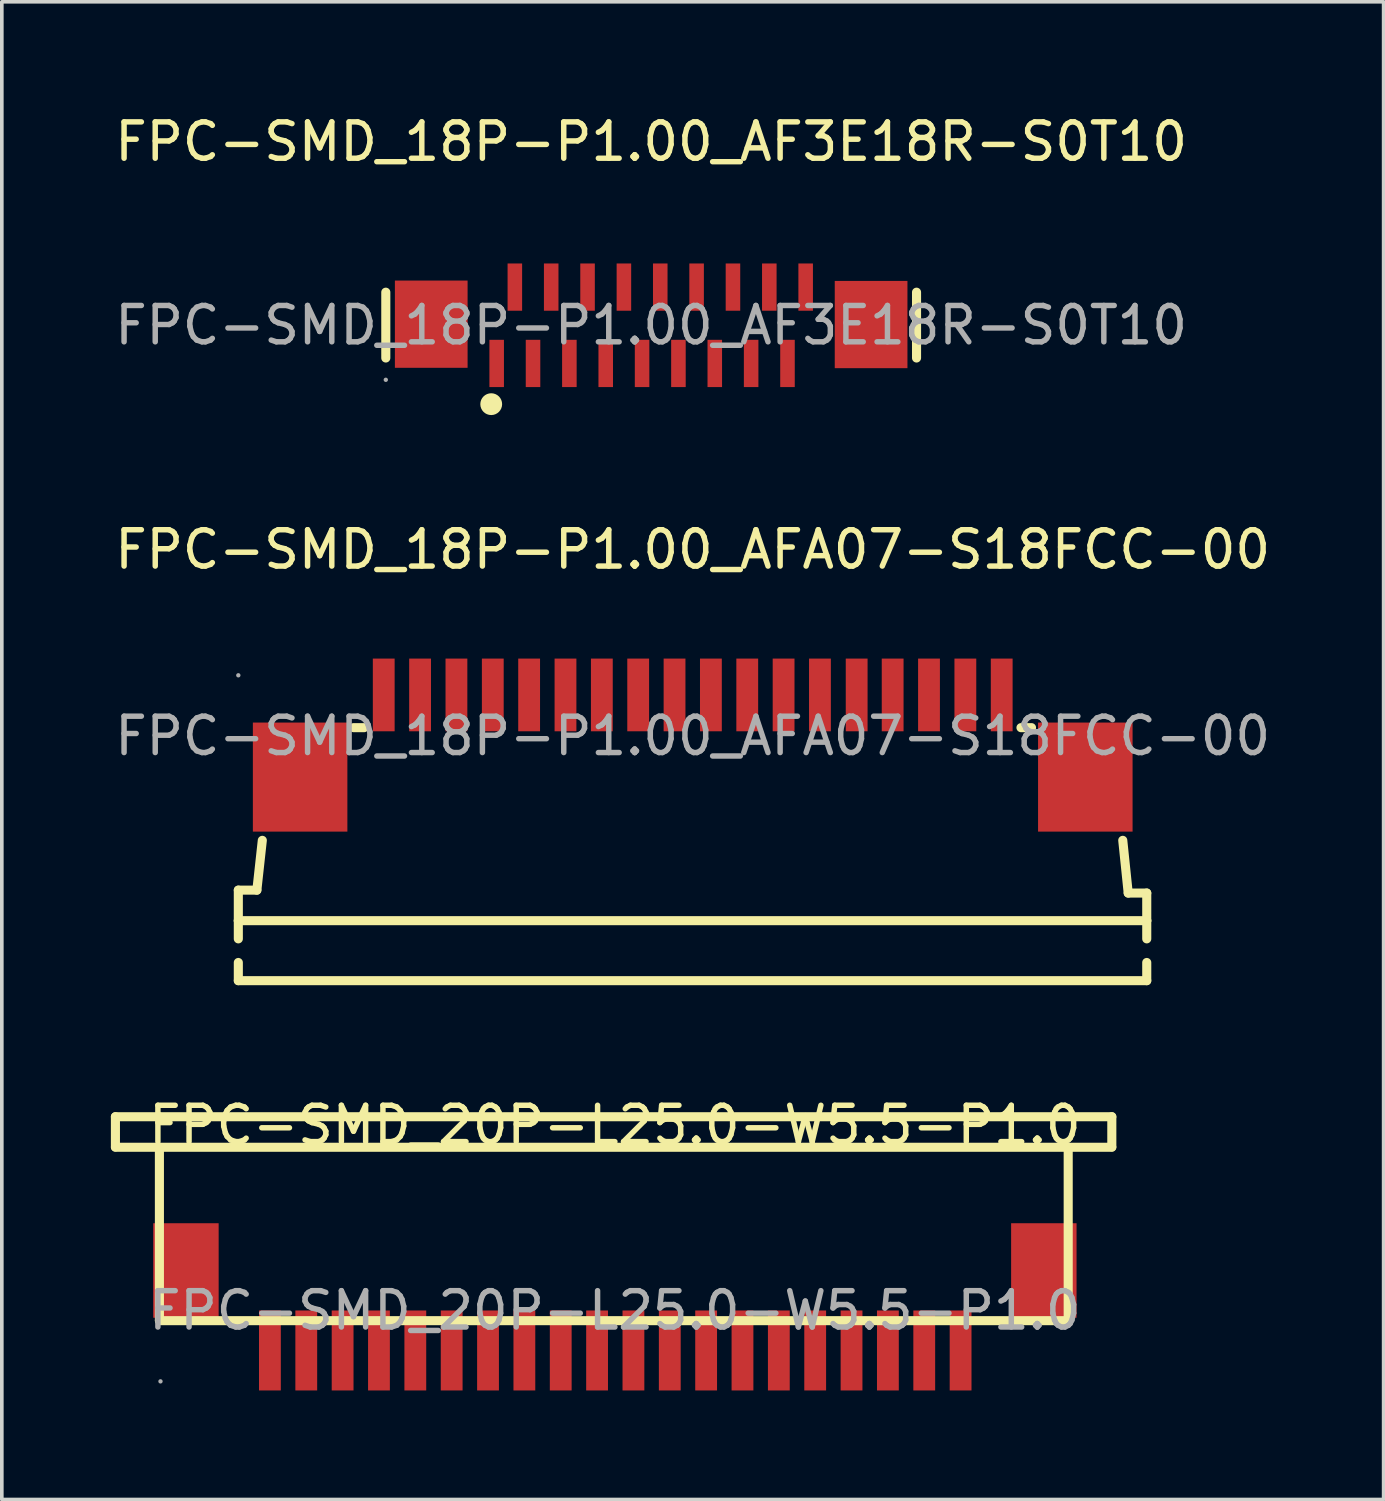
<source format=kicad_pcb>
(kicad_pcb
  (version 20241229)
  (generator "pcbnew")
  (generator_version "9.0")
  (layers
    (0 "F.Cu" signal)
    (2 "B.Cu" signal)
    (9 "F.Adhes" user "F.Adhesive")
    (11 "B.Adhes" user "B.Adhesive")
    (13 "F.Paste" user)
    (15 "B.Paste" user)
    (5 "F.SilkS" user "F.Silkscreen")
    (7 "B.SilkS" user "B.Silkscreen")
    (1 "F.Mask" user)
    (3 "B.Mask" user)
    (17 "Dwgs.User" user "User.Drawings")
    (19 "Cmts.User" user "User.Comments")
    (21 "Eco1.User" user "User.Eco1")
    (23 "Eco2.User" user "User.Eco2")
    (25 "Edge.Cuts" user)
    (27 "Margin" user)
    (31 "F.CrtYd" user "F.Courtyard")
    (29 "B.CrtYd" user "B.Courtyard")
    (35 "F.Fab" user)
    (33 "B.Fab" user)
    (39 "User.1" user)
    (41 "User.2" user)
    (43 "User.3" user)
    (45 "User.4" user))
  (footprint "FPC-SMD_18P-P1.00_AFA07-S18FCC-00"
    (layer "F.Cu")
    (at 16.006 17.197)
    (property "Reference" "FPC-SMD_18P-P1.00_AFA07-S18FCC-00" (at 0 -5.13 0) (layer "F.SilkS") (effects (font (size 1 1) (thickness 0.15))))
    (attr through_hole)
    (fp_line (start -12.5 4.24) (end -12.5 5.08) (stroke (width 0.25) (type solid)) (layer "F.SilkS"))
    (fp_line (start -12.5 4.24) (end -11.99 4.24) (stroke (width 0.25) (type solid)) (layer "F.SilkS"))
    (fp_line (start -12.5 5.08) (end -12.5 5.58) (stroke (width 0.25) (type solid)) (layer "F.SilkS"))
    (fp_line (start -12.5 5.08) (end 12.49 5.08) (stroke (width 0.25) (type solid)) (layer "F.SilkS"))
    (fp_line (start -12.5 6.73) (end -12.5 6.23) (stroke (width 0.25) (type solid)) (layer "F.SilkS"))
    (fp_line (start -12.5 6.73) (end 12.49 6.73) (stroke (width 0.25) (type solid)) (layer "F.SilkS"))
    (fp_line (start -11.99 4.24) (end -11.84 2.87) (stroke (width 0.25) (type solid)) (layer "F.SilkS"))
    (fp_line (start -9.33 -0.23) (end -9.04 -0.23) (stroke (width 0.25) (type solid)) (layer "F.SilkS"))
    (fp_line (start 9.03 -0.23) (end 9.32 -0.23) (stroke (width 0.25) (type solid)) (layer "F.SilkS"))
    (fp_line (start 11.98 4.32) (end 11.83 2.87) (stroke (width 0.25) (type solid)) (layer "F.SilkS"))
    (fp_line (start 12.49 4.32) (end 11.98 4.32) (stroke (width 0.25) (type solid)) (layer "F.SilkS"))
    (fp_line (start 12.49 5.08) (end 12.49 4.32) (stroke (width 0.25) (type solid)) (layer "F.SilkS"))
    (fp_line (start 12.49 5.08) (end 12.49 5.58) (stroke (width 0.25) (type solid)) (layer "F.SilkS"))
    (fp_line (start 12.49 6.73) (end 12.49 6.23) (stroke (width 0.25) (type solid)) (layer "F.SilkS"))
    (fp_circle (center -12.5 -1.67) (end -12.47 -1.67) (stroke (width 0.06) (type solid)) (fill no) (layer "F.Fab"))
    (fp_text user "${REFERENCE}" (at 0 0 0) (layer "F.Fab") (effects (font (size 1 1) (thickness 0.15))))
    (pad "1" smd rect (at -8.5 -1.13) (size 0.6 2) (layers "F.Cu" "F.Mask" "F.Paste"))
    (pad "2" smd rect (at -7.5 -1.13) (size 0.6 2) (layers "F.Cu" "F.Mask" "F.Paste"))
    (pad "3" smd rect (at -6.5 -1.13) (size 0.6 2) (layers "F.Cu" "F.Mask" "F.Paste"))
    (pad "4" smd rect (at -5.5 -1.13) (size 0.6 2) (layers "F.Cu" "F.Mask" "F.Paste"))
    (pad "5" smd rect (at -4.5 -1.13) (size 0.6 2) (layers "F.Cu" "F.Mask" "F.Paste"))
    (pad "6" smd rect (at -3.5 -1.13) (size 0.6 2) (layers "F.Cu" "F.Mask" "F.Paste"))
    (pad "7" smd rect (at -2.5 -1.13) (size 0.6 2) (layers "F.Cu" "F.Mask" "F.Paste"))
    (pad "8" smd rect (at -1.5 -1.13) (size 0.6 2) (layers "F.Cu" "F.Mask" "F.Paste"))
    (pad "9" smd rect (at -0.5 -1.13) (size 0.6 2) (layers "F.Cu" "F.Mask" "F.Paste"))
    (pad "10" smd rect (at 0.5 -1.13) (size 0.6 2) (layers "F.Cu" "F.Mask" "F.Paste"))
    (pad "11" smd rect (at 1.5 -1.13) (size 0.6 2) (layers "F.Cu" "F.Mask" "F.Paste"))
    (pad "12" smd rect (at 2.5 -1.13) (size 0.6 2) (layers "F.Cu" "F.Mask" "F.Paste"))
    (pad "13" smd rect (at 3.5 -1.13) (size 0.6 2) (layers "F.Cu" "F.Mask" "F.Paste"))
    (pad "14" smd rect (at 4.51 -1.13) (size 0.6 2) (layers "F.Cu" "F.Mask" "F.Paste"))
    (pad "15" smd rect (at 5.5 -1.13) (size 0.6 2) (layers "F.Cu" "F.Mask" "F.Paste"))
    (pad "16" smd rect (at 6.5 -1.13) (size 0.6 2) (layers "F.Cu" "F.Mask" "F.Paste"))
    (pad "17" smd rect (at 7.5 -1.13) (size 0.6 2) (layers "F.Cu" "F.Mask" "F.Paste"))
    (pad "18" smd rect (at 8.5 -1.13) (size 0.6 2) (layers "F.Cu" "F.Mask" "F.Paste"))
    (pad "19" smd rect (at -10.8 1.13) (size 2.6 3) (layers "F.Cu" "F.Mask" "F.Paste"))
    (pad "20" smd rect (at 10.8 1.13) (size 2.6 3) (layers "F.Cu" "F.Mask" "F.Paste")))
  (footprint "FPC-SMD_20P-L25.0-W5.5-P1.0"
    (layer "F.Cu")
    (at 13.865 33)
    (property "Reference" "FPC-SMD_20P-L25.0-W5.5-P1.0" (at 0 -5.1 0) (layer "F.SilkS") (effects (font (size 1 1) (thickness 0.15))))
    (attr through_hole)
    (fp_line (start -13.74 -5.33) (end -13.74 -4.5) (stroke (width 0.25) (type solid)) (layer "F.SilkS"))
    (fp_line (start -13.74 -5.33) (end -12.54 -5.33) (stroke (width 0.25) (type solid)) (layer "F.SilkS"))
    (fp_line (start -13.74 -4.49) (end 13.67 -4.49) (stroke (width 0.25) (type solid)) (layer "F.SilkS"))
    (fp_line (start -12.53 -4.49) (end -12.53 0.27) (stroke (width 0.25) (type solid)) (layer "F.SilkS"))
    (fp_line (start -12.53 0.28) (end 12.47 0.28) (stroke (width 0.25) (type solid)) (layer "F.SilkS"))
    (fp_line (start 12.47 0.28) (end 12.47 -4.47) (stroke (width 0.25) (type solid)) (layer "F.SilkS"))
    (fp_line (start 13.67 -5.33) (end -12.53 -5.33) (stroke (width 0.25) (type solid)) (layer "F.SilkS"))
    (fp_line (start 13.67 -5.33) (end 13.67 -4.5) (stroke (width 0.25) (type solid)) (layer "F.SilkS"))
    (fp_circle (center -12.5 1.95) (end -12.47 1.95) (stroke (width 0.06) (type solid)) (fill no) (layer "F.Fab"))
    (fp_text user "${REFERENCE}" (at 0 0 0) (layer "F.Fab") (effects (font (size 1 1) (thickness 0.15))))
    (pad "1" smd rect (at -9.49 1.1) (size 0.6 2.2) (layers "F.Cu" "F.Mask" "F.Paste"))
    (pad "2" smd rect (at -8.49 1.1) (size 0.6 2.2) (layers "F.Cu" "F.Mask" "F.Paste"))
    (pad "3" smd rect (at -7.49 1.1) (size 0.6 2.2) (layers "F.Cu" "F.Mask" "F.Paste"))
    (pad "4" smd rect (at -6.49 1.1) (size 0.6 2.2) (layers "F.Cu" "F.Mask" "F.Paste"))
    (pad "5" smd rect (at -5.49 1.1) (size 0.6 2.2) (layers "F.Cu" "F.Mask" "F.Paste"))
    (pad "6" smd rect (at -4.49 1.1) (size 0.6 2.2) (layers "F.Cu" "F.Mask" "F.Paste"))
    (pad "7" smd rect (at -3.49 1.1) (size 0.6 2.2) (layers "F.Cu" "F.Mask" "F.Paste"))
    (pad "8" smd rect (at -2.49 1.1) (size 0.6 2.2) (layers "F.Cu" "F.Mask" "F.Paste"))
    (pad "9" smd rect (at -1.49 1.1) (size 0.6 2.2) (layers "F.Cu" "F.Mask" "F.Paste"))
    (pad "10" smd rect (at -0.49 1.1) (size 0.6 2.2) (layers "F.Cu" "F.Mask" "F.Paste"))
    (pad "11" smd rect (at 0.51 1.1) (size 0.6 2.2) (layers "F.Cu" "F.Mask" "F.Paste"))
    (pad "12" smd rect (at 1.51 1.1) (size 0.6 2.2) (layers "F.Cu" "F.Mask" "F.Paste"))
    (pad "13" smd rect (at 2.51 1.1) (size 0.6 2.2) (layers "F.Cu" "F.Mask" "F.Paste"))
    (pad "14" smd rect (at 3.51 1.1) (size 0.6 2.2) (layers "F.Cu" "F.Mask" "F.Paste"))
    (pad "15" smd rect (at 4.51 1.1) (size 0.6 2.2) (layers "F.Cu" "F.Mask" "F.Paste"))
    (pad "16" smd rect (at 5.51 1.1) (size 0.6 2.2) (layers "F.Cu" "F.Mask" "F.Paste"))
    (pad "17" smd rect (at 6.51 1.1) (size 0.6 2.2) (layers "F.Cu" "F.Mask" "F.Paste"))
    (pad "18" smd rect (at 7.51 1.1) (size 0.6 2.2) (layers "F.Cu" "F.Mask" "F.Paste"))
    (pad "19" smd rect (at 8.51 1.1) (size 0.6 2.2) (layers "F.Cu" "F.Mask" "F.Paste"))
    (pad "20" smd rect (at 9.51 1.1) (size 0.6 2.2) (layers "F.Cu" "F.Mask" "F.Paste"))
    (pad "21" smd rect (at 11.8 -1.1 90) (size 2.6 1.8) (layers "F.Cu" "F.Mask" "F.Paste"))
    (pad "22" smd rect (at -11.8 -1.1 90) (size 2.6 1.8) (layers "F.Cu" "F.Mask" "F.Paste")))
  (footprint "FPC-SMD_18P-P1.00_AF3E18R-S0T10"
    (layer "F.Cu")
    (at 14.863 5.898)
    (property "Reference" "FPC-SMD_18P-P1.00_AF3E18R-S0T10" (at 0 -5.05 0) (layer "F.SilkS") (effects (font (size 1 1) (thickness 0.15))))
    (attr through_hole)
    (fp_line (start -7.3 -0.91) (end -7.3 0.9) (stroke (width 0.25) (type solid)) (layer "F.SilkS"))
    (fp_line (start 7.3 0.9) (end 7.3 -0.91) (stroke (width 0.25) (type solid)) (layer "F.SilkS"))
    (fp_arc (start -4.4 2.17) (mid -4.4 2.17) (end -4.4 2.17) (stroke (width 0.3) (type solid)) (layer "F.SilkS"))
    (fp_circle (center -7.3 1.5) (end -7.27 1.5) (stroke (width 0.06) (type solid)) (fill no) (layer "F.Fab"))
    (fp_text user "${REFERENCE}" (at 0 0 0) (layer "F.Fab") (effects (font (size 1 1) (thickness 0.15))))
    (pad "1" smd rect (at -4.25 1.05) (size 0.4 1.3) (layers "F.Cu" "F.Mask" "F.Paste"))
    (pad "2" smd rect (at -3.75 -1.05) (size 0.4 1.3) (layers "F.Cu" "F.Mask" "F.Paste"))
    (pad "3" smd rect (at -3.25 1.05) (size 0.4 1.3) (layers "F.Cu" "F.Mask" "F.Paste"))
    (pad "4" smd rect (at -2.75 -1.05) (size 0.4 1.3) (layers "F.Cu" "F.Mask" "F.Paste"))
    (pad "5" smd rect (at -2.25 1.05) (size 0.4 1.3) (layers "F.Cu" "F.Mask" "F.Paste"))
    (pad "6" smd rect (at -1.75 -1.05) (size 0.4 1.3) (layers "F.Cu" "F.Mask" "F.Paste"))
    (pad "7" smd rect (at -1.25 1.05) (size 0.4 1.3) (layers "F.Cu" "F.Mask" "F.Paste"))
    (pad "8" smd rect (at -0.75 -1.05) (size 0.4 1.3) (layers "F.Cu" "F.Mask" "F.Paste"))
    (pad "9" smd rect (at -0.25 1.05) (size 0.4 1.3) (layers "F.Cu" "F.Mask" "F.Paste"))
    (pad "10" smd rect (at 0.25 -1.05) (size 0.4 1.3) (layers "F.Cu" "F.Mask" "F.Paste"))
    (pad "11" smd rect (at 0.75 1.05) (size 0.4 1.3) (layers "F.Cu" "F.Mask" "F.Paste"))
    (pad "12" smd rect (at 1.25 -1.05) (size 0.4 1.3) (layers "F.Cu" "F.Mask" "F.Paste"))
    (pad "13" smd rect (at 1.75 1.05) (size 0.4 1.3) (layers "F.Cu" "F.Mask" "F.Paste"))
    (pad "14" smd rect (at 2.25 -1.05) (size 0.4 1.3) (layers "F.Cu" "F.Mask" "F.Paste"))
    (pad "15" smd rect (at 2.75 1.05) (size 0.4 1.3) (layers "F.Cu" "F.Mask" "F.Paste"))
    (pad "16" smd rect (at 3.25 -1.05) (size 0.4 1.3) (layers "F.Cu" "F.Mask" "F.Paste"))
    (pad "17" smd rect (at 3.75 1.05) (size 0.4 1.3) (layers "F.Cu" "F.Mask" "F.Paste"))
    (pad "18" smd rect (at 4.25 -1.05) (size 0.4 1.3) (layers "F.Cu" "F.Mask" "F.Paste"))
    (pad "19" smd rect (at -6.05 -0.03 90) (size 2.4 2) (layers "F.Cu" "F.Mask" "F.Paste"))
    (pad "20" smd rect (at 6.05 -0.02 90) (size 2.4 2) (layers "F.Cu" "F.Mask" "F.Paste")))
  (gr_rect
    (start -3 -3)
    (end 35.012 38.2)
    (stroke (width 0.1) (type default))
    (fill no)
    (layer "Edge.Cuts")))
</source>
